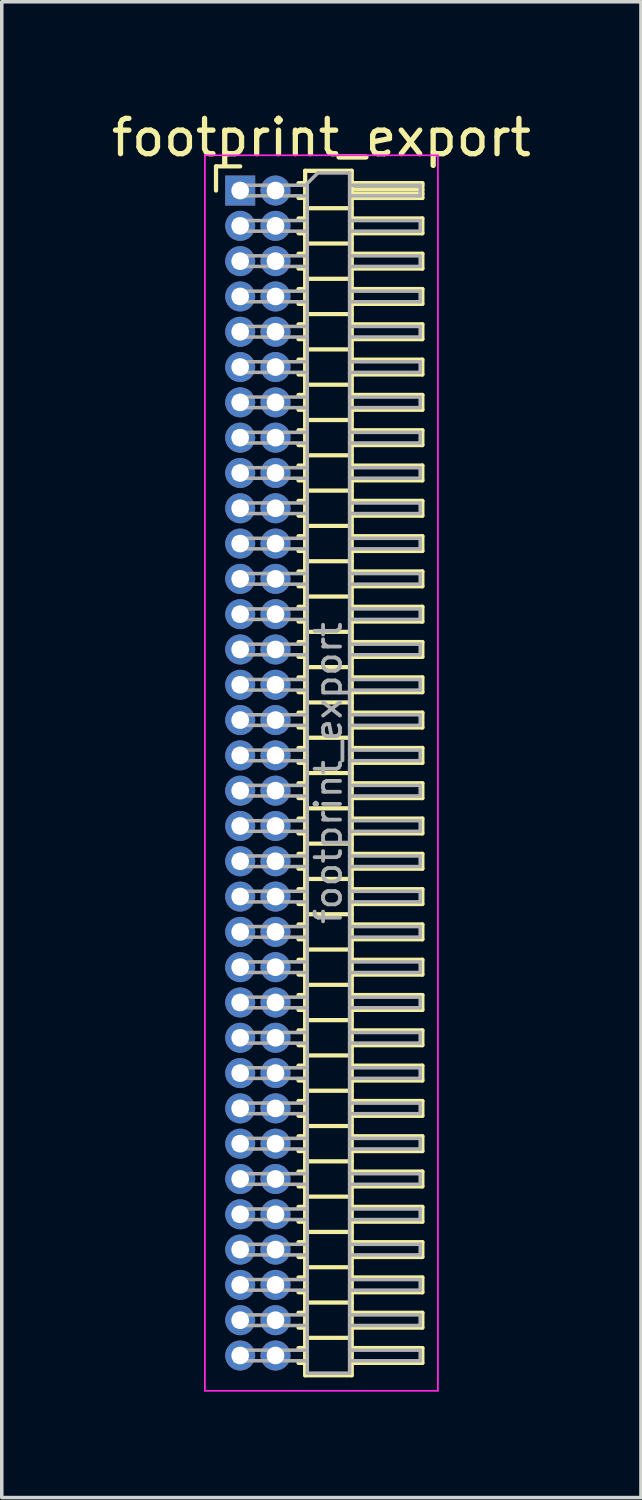
<source format=kicad_pcb>
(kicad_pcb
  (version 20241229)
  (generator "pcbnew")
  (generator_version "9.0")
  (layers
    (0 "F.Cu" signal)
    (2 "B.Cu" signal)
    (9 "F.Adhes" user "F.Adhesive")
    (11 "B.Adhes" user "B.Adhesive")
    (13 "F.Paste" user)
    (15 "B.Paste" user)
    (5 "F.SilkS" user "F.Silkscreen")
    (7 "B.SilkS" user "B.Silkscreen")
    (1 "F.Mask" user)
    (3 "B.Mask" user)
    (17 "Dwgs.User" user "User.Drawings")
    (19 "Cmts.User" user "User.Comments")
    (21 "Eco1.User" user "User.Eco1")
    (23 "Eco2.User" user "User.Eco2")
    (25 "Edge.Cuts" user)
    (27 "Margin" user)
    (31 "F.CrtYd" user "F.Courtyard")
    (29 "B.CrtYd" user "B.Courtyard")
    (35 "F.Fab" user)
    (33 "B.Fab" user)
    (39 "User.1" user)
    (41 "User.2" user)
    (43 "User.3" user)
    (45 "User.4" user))
  (footprint "footprint_export"
    (layer "F.Cu")
    (at 3.754 2.348)
    (property "Reference" "footprint_export" (at 2.3 -1.5 0) (layer "F.SilkS") (effects (font (size 1 1) (thickness 0.15))))
    (attr through_hole)
    (fp_line (start -0.685 -0.685) (end 0 -0.685) (stroke (width 0.12) (type solid)) (layer "F.SilkS"))
    (fp_line (start -0.685 0) (end -0.685 -0.685) (stroke (width 0.12) (type solid)) (layer "F.SilkS"))
    (fp_line (start 1.652 -0.21) (end 1.84 -0.21) (stroke (width 0.12) (type solid)) (layer "F.SilkS"))
    (fp_line (start 1.652 0.21) (end 1.84 0.21) (stroke (width 0.12) (type solid)) (layer "F.SilkS"))
    (fp_line (start 1.652 0.79) (end 1.84 0.79) (stroke (width 0.12) (type solid)) (layer "F.SilkS"))
    (fp_line (start 1.652 1.21) (end 1.84 1.21) (stroke (width 0.12) (type solid)) (layer "F.SilkS"))
    (fp_line (start 1.652 1.79) (end 1.84 1.79) (stroke (width 0.12) (type solid)) (layer "F.SilkS"))
    (fp_line (start 1.652 2.21) (end 1.84 2.21) (stroke (width 0.12) (type solid)) (layer "F.SilkS"))
    (fp_line (start 1.652 2.79) (end 1.84 2.79) (stroke (width 0.12) (type solid)) (layer "F.SilkS"))
    (fp_line (start 1.652 3.21) (end 1.84 3.21) (stroke (width 0.12) (type solid)) (layer "F.SilkS"))
    (fp_line (start 1.652 3.79) (end 1.84 3.79) (stroke (width 0.12) (type solid)) (layer "F.SilkS"))
    (fp_line (start 1.652 4.21) (end 1.84 4.21) (stroke (width 0.12) (type solid)) (layer "F.SilkS"))
    (fp_line (start 1.652 4.79) (end 1.84 4.79) (stroke (width 0.12) (type solid)) (layer "F.SilkS"))
    (fp_line (start 1.652 5.21) (end 1.84 5.21) (stroke (width 0.12) (type solid)) (layer "F.SilkS"))
    (fp_line (start 1.652 5.79) (end 1.84 5.79) (stroke (width 0.12) (type solid)) (layer "F.SilkS"))
    (fp_line (start 1.652 6.21) (end 1.84 6.21) (stroke (width 0.12) (type solid)) (layer "F.SilkS"))
    (fp_line (start 1.652 6.79) (end 1.84 6.79) (stroke (width 0.12) (type solid)) (layer "F.SilkS"))
    (fp_line (start 1.652 7.21) (end 1.84 7.21) (stroke (width 0.12) (type solid)) (layer "F.SilkS"))
    (fp_line (start 1.652 7.79) (end 1.84 7.79) (stroke (width 0.12) (type solid)) (layer "F.SilkS"))
    (fp_line (start 1.652 8.21) (end 1.84 8.21) (stroke (width 0.12) (type solid)) (layer "F.SilkS"))
    (fp_line (start 1.652 8.79) (end 1.84 8.79) (stroke (width 0.12) (type solid)) (layer "F.SilkS"))
    (fp_line (start 1.652 9.21) (end 1.84 9.21) (stroke (width 0.12) (type solid)) (layer "F.SilkS"))
    (fp_line (start 1.652 9.79) (end 1.84 9.79) (stroke (width 0.12) (type solid)) (layer "F.SilkS"))
    (fp_line (start 1.652 10.21) (end 1.84 10.21) (stroke (width 0.12) (type solid)) (layer "F.SilkS"))
    (fp_line (start 1.652 10.79) (end 1.84 10.79) (stroke (width 0.12) (type solid)) (layer "F.SilkS"))
    (fp_line (start 1.652 11.21) (end 1.84 11.21) (stroke (width 0.12) (type solid)) (layer "F.SilkS"))
    (fp_line (start 1.652 11.79) (end 1.84 11.79) (stroke (width 0.12) (type solid)) (layer "F.SilkS"))
    (fp_line (start 1.652 12.21) (end 1.84 12.21) (stroke (width 0.12) (type solid)) (layer "F.SilkS"))
    (fp_line (start 1.652 12.79) (end 1.84 12.79) (stroke (width 0.12) (type solid)) (layer "F.SilkS"))
    (fp_line (start 1.652 13.21) (end 1.84 13.21) (stroke (width 0.12) (type solid)) (layer "F.SilkS"))
    (fp_line (start 1.652 13.79) (end 1.84 13.79) (stroke (width 0.12) (type solid)) (layer "F.SilkS"))
    (fp_line (start 1.652 14.21) (end 1.84 14.21) (stroke (width 0.12) (type solid)) (layer "F.SilkS"))
    (fp_line (start 1.652 14.79) (end 1.84 14.79) (stroke (width 0.12) (type solid)) (layer "F.SilkS"))
    (fp_line (start 1.652 15.21) (end 1.84 15.21) (stroke (width 0.12) (type solid)) (layer "F.SilkS"))
    (fp_line (start 1.652 15.79) (end 1.84 15.79) (stroke (width 0.12) (type solid)) (layer "F.SilkS"))
    (fp_line (start 1.652 16.21) (end 1.84 16.21) (stroke (width 0.12) (type solid)) (layer "F.SilkS"))
    (fp_line (start 1.652 16.79) (end 1.84 16.79) (stroke (width 0.12) (type solid)) (layer "F.SilkS"))
    (fp_line (start 1.652 17.21) (end 1.84 17.21) (stroke (width 0.12) (type solid)) (layer "F.SilkS"))
    (fp_line (start 1.652 17.79) (end 1.84 17.79) (stroke (width 0.12) (type solid)) (layer "F.SilkS"))
    (fp_line (start 1.652 18.21) (end 1.84 18.21) (stroke (width 0.12) (type solid)) (layer "F.SilkS"))
    (fp_line (start 1.652 18.79) (end 1.84 18.79) (stroke (width 0.12) (type solid)) (layer "F.SilkS"))
    (fp_line (start 1.652 19.21) (end 1.84 19.21) (stroke (width 0.12) (type solid)) (layer "F.SilkS"))
    (fp_line (start 1.652 19.79) (end 1.84 19.79) (stroke (width 0.12) (type solid)) (layer "F.SilkS"))
    (fp_line (start 1.652 20.21) (end 1.84 20.21) (stroke (width 0.12) (type solid)) (layer "F.SilkS"))
    (fp_line (start 1.652 20.79) (end 1.84 20.79) (stroke (width 0.12) (type solid)) (layer "F.SilkS"))
    (fp_line (start 1.652 21.21) (end 1.84 21.21) (stroke (width 0.12) (type solid)) (layer "F.SilkS"))
    (fp_line (start 1.652 21.79) (end 1.84 21.79) (stroke (width 0.12) (type solid)) (layer "F.SilkS"))
    (fp_line (start 1.652 22.21) (end 1.84 22.21) (stroke (width 0.12) (type solid)) (layer "F.SilkS"))
    (fp_line (start 1.652 22.79) (end 1.84 22.79) (stroke (width 0.12) (type solid)) (layer "F.SilkS"))
    (fp_line (start 1.652 23.21) (end 1.84 23.21) (stroke (width 0.12) (type solid)) (layer "F.SilkS"))
    (fp_line (start 1.652 23.79) (end 1.84 23.79) (stroke (width 0.12) (type solid)) (layer "F.SilkS"))
    (fp_line (start 1.652 24.21) (end 1.84 24.21) (stroke (width 0.12) (type solid)) (layer "F.SilkS"))
    (fp_line (start 1.652 24.79) (end 1.84 24.79) (stroke (width 0.12) (type solid)) (layer "F.SilkS"))
    (fp_line (start 1.652 25.21) (end 1.84 25.21) (stroke (width 0.12) (type solid)) (layer "F.SilkS"))
    (fp_line (start 1.652 25.79) (end 1.84 25.79) (stroke (width 0.12) (type solid)) (layer "F.SilkS"))
    (fp_line (start 1.652 26.21) (end 1.84 26.21) (stroke (width 0.12) (type solid)) (layer "F.SilkS"))
    (fp_line (start 1.652 26.79) (end 1.84 26.79) (stroke (width 0.12) (type solid)) (layer "F.SilkS"))
    (fp_line (start 1.652 27.21) (end 1.84 27.21) (stroke (width 0.12) (type solid)) (layer "F.SilkS"))
    (fp_line (start 1.652 27.79) (end 1.84 27.79) (stroke (width 0.12) (type solid)) (layer "F.SilkS"))
    (fp_line (start 1.652 28.21) (end 1.84 28.21) (stroke (width 0.12) (type solid)) (layer "F.SilkS"))
    (fp_line (start 1.652 28.79) (end 1.84 28.79) (stroke (width 0.12) (type solid)) (layer "F.SilkS"))
    (fp_line (start 1.652 29.21) (end 1.84 29.21) (stroke (width 0.12) (type solid)) (layer "F.SilkS"))
    (fp_line (start 1.652 29.79) (end 1.84 29.79) (stroke (width 0.12) (type solid)) (layer "F.SilkS"))
    (fp_line (start 1.652 30.21) (end 1.84 30.21) (stroke (width 0.12) (type solid)) (layer "F.SilkS"))
    (fp_line (start 1.652 30.79) (end 1.84 30.79) (stroke (width 0.12) (type solid)) (layer "F.SilkS"))
    (fp_line (start 1.652 31.21) (end 1.84 31.21) (stroke (width 0.12) (type solid)) (layer "F.SilkS"))
    (fp_line (start 1.652 31.79) (end 1.84 31.79) (stroke (width 0.12) (type solid)) (layer "F.SilkS"))
    (fp_line (start 1.652 32.21) (end 1.84 32.21) (stroke (width 0.12) (type solid)) (layer "F.SilkS"))
    (fp_line (start 1.652 32.79) (end 1.84 32.79) (stroke (width 0.12) (type solid)) (layer "F.SilkS"))
    (fp_line (start 1.652 33.21) (end 1.84 33.21) (stroke (width 0.12) (type solid)) (layer "F.SilkS"))
    (fp_line (start 1.84 -0.56) (end 1.84 33.56) (stroke (width 0.12) (type solid)) (layer "F.SilkS"))
    (fp_line (start 1.84 0.5) (end 3.16 0.5) (stroke (width 0.12) (type solid)) (layer "F.SilkS"))
    (fp_line (start 1.84 1.5) (end 3.16 1.5) (stroke (width 0.12) (type solid)) (layer "F.SilkS"))
    (fp_line (start 1.84 2.5) (end 3.16 2.5) (stroke (width 0.12) (type solid)) (layer "F.SilkS"))
    (fp_line (start 1.84 3.5) (end 3.16 3.5) (stroke (width 0.12) (type solid)) (layer "F.SilkS"))
    (fp_line (start 1.84 4.5) (end 3.16 4.5) (stroke (width 0.12) (type solid)) (layer "F.SilkS"))
    (fp_line (start 1.84 5.5) (end 3.16 5.5) (stroke (width 0.12) (type solid)) (layer "F.SilkS"))
    (fp_line (start 1.84 6.5) (end 3.16 6.5) (stroke (width 0.12) (type solid)) (layer "F.SilkS"))
    (fp_line (start 1.84 7.5) (end 3.16 7.5) (stroke (width 0.12) (type solid)) (layer "F.SilkS"))
    (fp_line (start 1.84 8.5) (end 3.16 8.5) (stroke (width 0.12) (type solid)) (layer "F.SilkS"))
    (fp_line (start 1.84 9.5) (end 3.16 9.5) (stroke (width 0.12) (type solid)) (layer "F.SilkS"))
    (fp_line (start 1.84 10.5) (end 3.16 10.5) (stroke (width 0.12) (type solid)) (layer "F.SilkS"))
    (fp_line (start 1.84 11.5) (end 3.16 11.5) (stroke (width 0.12) (type solid)) (layer "F.SilkS"))
    (fp_line (start 1.84 12.5) (end 3.16 12.5) (stroke (width 0.12) (type solid)) (layer "F.SilkS"))
    (fp_line (start 1.84 13.5) (end 3.16 13.5) (stroke (width 0.12) (type solid)) (layer "F.SilkS"))
    (fp_line (start 1.84 14.5) (end 3.16 14.5) (stroke (width 0.12) (type solid)) (layer "F.SilkS"))
    (fp_line (start 1.84 15.5) (end 3.16 15.5) (stroke (width 0.12) (type solid)) (layer "F.SilkS"))
    (fp_line (start 1.84 16.5) (end 3.16 16.5) (stroke (width 0.12) (type solid)) (layer "F.SilkS"))
    (fp_line (start 1.84 17.5) (end 3.16 17.5) (stroke (width 0.12) (type solid)) (layer "F.SilkS"))
    (fp_line (start 1.84 18.5) (end 3.16 18.5) (stroke (width 0.12) (type solid)) (layer "F.SilkS"))
    (fp_line (start 1.84 19.5) (end 3.16 19.5) (stroke (width 0.12) (type solid)) (layer "F.SilkS"))
    (fp_line (start 1.84 20.5) (end 3.16 20.5) (stroke (width 0.12) (type solid)) (layer "F.SilkS"))
    (fp_line (start 1.84 21.5) (end 3.16 21.5) (stroke (width 0.12) (type solid)) (layer "F.SilkS"))
    (fp_line (start 1.84 22.5) (end 3.16 22.5) (stroke (width 0.12) (type solid)) (layer "F.SilkS"))
    (fp_line (start 1.84 23.5) (end 3.16 23.5) (stroke (width 0.12) (type solid)) (layer "F.SilkS"))
    (fp_line (start 1.84 24.5) (end 3.16 24.5) (stroke (width 0.12) (type solid)) (layer "F.SilkS"))
    (fp_line (start 1.84 25.5) (end 3.16 25.5) (stroke (width 0.12) (type solid)) (layer "F.SilkS"))
    (fp_line (start 1.84 26.5) (end 3.16 26.5) (stroke (width 0.12) (type solid)) (layer "F.SilkS"))
    (fp_line (start 1.84 27.5) (end 3.16 27.5) (stroke (width 0.12) (type solid)) (layer "F.SilkS"))
    (fp_line (start 1.84 28.5) (end 3.16 28.5) (stroke (width 0.12) (type solid)) (layer "F.SilkS"))
    (fp_line (start 1.84 29.5) (end 3.16 29.5) (stroke (width 0.12) (type solid)) (layer "F.SilkS"))
    (fp_line (start 1.84 30.5) (end 3.16 30.5) (stroke (width 0.12) (type solid)) (layer "F.SilkS"))
    (fp_line (start 1.84 31.5) (end 3.16 31.5) (stroke (width 0.12) (type solid)) (layer "F.SilkS"))
    (fp_line (start 1.84 32.5) (end 3.16 32.5) (stroke (width 0.12) (type solid)) (layer "F.SilkS"))
    (fp_line (start 1.84 33.56) (end 3.16 33.56) (stroke (width 0.12) (type solid)) (layer "F.SilkS"))
    (fp_line (start 3.16 -0.56) (end 1.84 -0.56) (stroke (width 0.12) (type solid)) (layer "F.SilkS"))
    (fp_line (start 3.16 -0.21) (end 5.16 -0.21) (stroke (width 0.12) (type solid)) (layer "F.SilkS"))
    (fp_line (start 3.16 -0.15) (end 5.16 -0.15) (stroke (width 0.12) (type solid)) (layer "F.SilkS"))
    (fp_line (start 3.16 -0.03) (end 5.16 -0.03) (stroke (width 0.12) (type solid)) (layer "F.SilkS"))
    (fp_line (start 3.16 0.09) (end 5.16 0.09) (stroke (width 0.12) (type solid)) (layer "F.SilkS"))
    (fp_line (start 3.16 0.79) (end 5.16 0.79) (stroke (width 0.12) (type solid)) (layer "F.SilkS"))
    (fp_line (start 3.16 1.79) (end 5.16 1.79) (stroke (width 0.12) (type solid)) (layer "F.SilkS"))
    (fp_line (start 3.16 2.79) (end 5.16 2.79) (stroke (width 0.12) (type solid)) (layer "F.SilkS"))
    (fp_line (start 3.16 3.79) (end 5.16 3.79) (stroke (width 0.12) (type solid)) (layer "F.SilkS"))
    (fp_line (start 3.16 4.79) (end 5.16 4.79) (stroke (width 0.12) (type solid)) (layer "F.SilkS"))
    (fp_line (start 3.16 5.79) (end 5.16 5.79) (stroke (width 0.12) (type solid)) (layer "F.SilkS"))
    (fp_line (start 3.16 6.79) (end 5.16 6.79) (stroke (width 0.12) (type solid)) (layer "F.SilkS"))
    (fp_line (start 3.16 7.79) (end 5.16 7.79) (stroke (width 0.12) (type solid)) (layer "F.SilkS"))
    (fp_line (start 3.16 8.79) (end 5.16 8.79) (stroke (width 0.12) (type solid)) (layer "F.SilkS"))
    (fp_line (start 3.16 9.79) (end 5.16 9.79) (stroke (width 0.12) (type solid)) (layer "F.SilkS"))
    (fp_line (start 3.16 10.79) (end 5.16 10.79) (stroke (width 0.12) (type solid)) (layer "F.SilkS"))
    (fp_line (start 3.16 11.79) (end 5.16 11.79) (stroke (width 0.12) (type solid)) (layer "F.SilkS"))
    (fp_line (start 3.16 12.79) (end 5.16 12.79) (stroke (width 0.12) (type solid)) (layer "F.SilkS"))
    (fp_line (start 3.16 13.79) (end 5.16 13.79) (stroke (width 0.12) (type solid)) (layer "F.SilkS"))
    (fp_line (start 3.16 14.79) (end 5.16 14.79) (stroke (width 0.12) (type solid)) (layer "F.SilkS"))
    (fp_line (start 3.16 15.79) (end 5.16 15.79) (stroke (width 0.12) (type solid)) (layer "F.SilkS"))
    (fp_line (start 3.16 16.79) (end 5.16 16.79) (stroke (width 0.12) (type solid)) (layer "F.SilkS"))
    (fp_line (start 3.16 17.79) (end 5.16 17.79) (stroke (width 0.12) (type solid)) (layer "F.SilkS"))
    (fp_line (start 3.16 18.79) (end 5.16 18.79) (stroke (width 0.12) (type solid)) (layer "F.SilkS"))
    (fp_line (start 3.16 19.79) (end 5.16 19.79) (stroke (width 0.12) (type solid)) (layer "F.SilkS"))
    (fp_line (start 3.16 20.79) (end 5.16 20.79) (stroke (width 0.12) (type solid)) (layer "F.SilkS"))
    (fp_line (start 3.16 21.79) (end 5.16 21.79) (stroke (width 0.12) (type solid)) (layer "F.SilkS"))
    (fp_line (start 3.16 22.79) (end 5.16 22.79) (stroke (width 0.12) (type solid)) (layer "F.SilkS"))
    (fp_line (start 3.16 23.79) (end 5.16 23.79) (stroke (width 0.12) (type solid)) (layer "F.SilkS"))
    (fp_line (start 3.16 24.79) (end 5.16 24.79) (stroke (width 0.12) (type solid)) (layer "F.SilkS"))
    (fp_line (start 3.16 25.79) (end 5.16 25.79) (stroke (width 0.12) (type solid)) (layer "F.SilkS"))
    (fp_line (start 3.16 26.79) (end 5.16 26.79) (stroke (width 0.12) (type solid)) (layer "F.SilkS"))
    (fp_line (start 3.16 27.79) (end 5.16 27.79) (stroke (width 0.12) (type solid)) (layer "F.SilkS"))
    (fp_line (start 3.16 28.79) (end 5.16 28.79) (stroke (width 0.12) (type solid)) (layer "F.SilkS"))
    (fp_line (start 3.16 29.79) (end 5.16 29.79) (stroke (width 0.12) (type solid)) (layer "F.SilkS"))
    (fp_line (start 3.16 30.79) (end 5.16 30.79) (stroke (width 0.12) (type solid)) (layer "F.SilkS"))
    (fp_line (start 3.16 31.79) (end 5.16 31.79) (stroke (width 0.12) (type solid)) (layer "F.SilkS"))
    (fp_line (start 3.16 32.79) (end 5.16 32.79) (stroke (width 0.12) (type solid)) (layer "F.SilkS"))
    (fp_line (start 3.16 33.56) (end 3.16 -0.56) (stroke (width 0.12) (type solid)) (layer "F.SilkS"))
    (fp_line (start 5.16 -0.21) (end 5.16 0.21) (stroke (width 0.12) (type solid)) (layer "F.SilkS"))
    (fp_line (start 5.16 0.21) (end 3.16 0.21) (stroke (width 0.12) (type solid)) (layer "F.SilkS"))
    (fp_line (start 5.16 0.79) (end 5.16 1.21) (stroke (width 0.12) (type solid)) (layer "F.SilkS"))
    (fp_line (start 5.16 1.21) (end 3.16 1.21) (stroke (width 0.12) (type solid)) (layer "F.SilkS"))
    (fp_line (start 5.16 1.79) (end 5.16 2.21) (stroke (width 0.12) (type solid)) (layer "F.SilkS"))
    (fp_line (start 5.16 2.21) (end 3.16 2.21) (stroke (width 0.12) (type solid)) (layer "F.SilkS"))
    (fp_line (start 5.16 2.79) (end 5.16 3.21) (stroke (width 0.12) (type solid)) (layer "F.SilkS"))
    (fp_line (start 5.16 3.21) (end 3.16 3.21) (stroke (width 0.12) (type solid)) (layer "F.SilkS"))
    (fp_line (start 5.16 3.79) (end 5.16 4.21) (stroke (width 0.12) (type solid)) (layer "F.SilkS"))
    (fp_line (start 5.16 4.21) (end 3.16 4.21) (stroke (width 0.12) (type solid)) (layer "F.SilkS"))
    (fp_line (start 5.16 4.79) (end 5.16 5.21) (stroke (width 0.12) (type solid)) (layer "F.SilkS"))
    (fp_line (start 5.16 5.21) (end 3.16 5.21) (stroke (width 0.12) (type solid)) (layer "F.SilkS"))
    (fp_line (start 5.16 5.79) (end 5.16 6.21) (stroke (width 0.12) (type solid)) (layer "F.SilkS"))
    (fp_line (start 5.16 6.21) (end 3.16 6.21) (stroke (width 0.12) (type solid)) (layer "F.SilkS"))
    (fp_line (start 5.16 6.79) (end 5.16 7.21) (stroke (width 0.12) (type solid)) (layer "F.SilkS"))
    (fp_line (start 5.16 7.21) (end 3.16 7.21) (stroke (width 0.12) (type solid)) (layer "F.SilkS"))
    (fp_line (start 5.16 7.79) (end 5.16 8.21) (stroke (width 0.12) (type solid)) (layer "F.SilkS"))
    (fp_line (start 5.16 8.21) (end 3.16 8.21) (stroke (width 0.12) (type solid)) (layer "F.SilkS"))
    (fp_line (start 5.16 8.79) (end 5.16 9.21) (stroke (width 0.12) (type solid)) (layer "F.SilkS"))
    (fp_line (start 5.16 9.21) (end 3.16 9.21) (stroke (width 0.12) (type solid)) (layer "F.SilkS"))
    (fp_line (start 5.16 9.79) (end 5.16 10.21) (stroke (width 0.12) (type solid)) (layer "F.SilkS"))
    (fp_line (start 5.16 10.21) (end 3.16 10.21) (stroke (width 0.12) (type solid)) (layer "F.SilkS"))
    (fp_line (start 5.16 10.79) (end 5.16 11.21) (stroke (width 0.12) (type solid)) (layer "F.SilkS"))
    (fp_line (start 5.16 11.21) (end 3.16 11.21) (stroke (width 0.12) (type solid)) (layer "F.SilkS"))
    (fp_line (start 5.16 11.79) (end 5.16 12.21) (stroke (width 0.12) (type solid)) (layer "F.SilkS"))
    (fp_line (start 5.16 12.21) (end 3.16 12.21) (stroke (width 0.12) (type solid)) (layer "F.SilkS"))
    (fp_line (start 5.16 12.79) (end 5.16 13.21) (stroke (width 0.12) (type solid)) (layer "F.SilkS"))
    (fp_line (start 5.16 13.21) (end 3.16 13.21) (stroke (width 0.12) (type solid)) (layer "F.SilkS"))
    (fp_line (start 5.16 13.79) (end 5.16 14.21) (stroke (width 0.12) (type solid)) (layer "F.SilkS"))
    (fp_line (start 5.16 14.21) (end 3.16 14.21) (stroke (width 0.12) (type solid)) (layer "F.SilkS"))
    (fp_line (start 5.16 14.79) (end 5.16 15.21) (stroke (width 0.12) (type solid)) (layer "F.SilkS"))
    (fp_line (start 5.16 15.21) (end 3.16 15.21) (stroke (width 0.12) (type solid)) (layer "F.SilkS"))
    (fp_line (start 5.16 15.79) (end 5.16 16.21) (stroke (width 0.12) (type solid)) (layer "F.SilkS"))
    (fp_line (start 5.16 16.21) (end 3.16 16.21) (stroke (width 0.12) (type solid)) (layer "F.SilkS"))
    (fp_line (start 5.16 16.79) (end 5.16 17.21) (stroke (width 0.12) (type solid)) (layer "F.SilkS"))
    (fp_line (start 5.16 17.21) (end 3.16 17.21) (stroke (width 0.12) (type solid)) (layer "F.SilkS"))
    (fp_line (start 5.16 17.79) (end 5.16 18.21) (stroke (width 0.12) (type solid)) (layer "F.SilkS"))
    (fp_line (start 5.16 18.21) (end 3.16 18.21) (stroke (width 0.12) (type solid)) (layer "F.SilkS"))
    (fp_line (start 5.16 18.79) (end 5.16 19.21) (stroke (width 0.12) (type solid)) (layer "F.SilkS"))
    (fp_line (start 5.16 19.21) (end 3.16 19.21) (stroke (width 0.12) (type solid)) (layer "F.SilkS"))
    (fp_line (start 5.16 19.79) (end 5.16 20.21) (stroke (width 0.12) (type solid)) (layer "F.SilkS"))
    (fp_line (start 5.16 20.21) (end 3.16 20.21) (stroke (width 0.12) (type solid)) (layer "F.SilkS"))
    (fp_line (start 5.16 20.79) (end 5.16 21.21) (stroke (width 0.12) (type solid)) (layer "F.SilkS"))
    (fp_line (start 5.16 21.21) (end 3.16 21.21) (stroke (width 0.12) (type solid)) (layer "F.SilkS"))
    (fp_line (start 5.16 21.79) (end 5.16 22.21) (stroke (width 0.12) (type solid)) (layer "F.SilkS"))
    (fp_line (start 5.16 22.21) (end 3.16 22.21) (stroke (width 0.12) (type solid)) (layer "F.SilkS"))
    (fp_line (start 5.16 22.79) (end 5.16 23.21) (stroke (width 0.12) (type solid)) (layer "F.SilkS"))
    (fp_line (start 5.16 23.21) (end 3.16 23.21) (stroke (width 0.12) (type solid)) (layer "F.SilkS"))
    (fp_line (start 5.16 23.79) (end 5.16 24.21) (stroke (width 0.12) (type solid)) (layer "F.SilkS"))
    (fp_line (start 5.16 24.21) (end 3.16 24.21) (stroke (width 0.12) (type solid)) (layer "F.SilkS"))
    (fp_line (start 5.16 24.79) (end 5.16 25.21) (stroke (width 0.12) (type solid)) (layer "F.SilkS"))
    (fp_line (start 5.16 25.21) (end 3.16 25.21) (stroke (width 0.12) (type solid)) (layer "F.SilkS"))
    (fp_line (start 5.16 25.79) (end 5.16 26.21) (stroke (width 0.12) (type solid)) (layer "F.SilkS"))
    (fp_line (start 5.16 26.21) (end 3.16 26.21) (stroke (width 0.12) (type solid)) (layer "F.SilkS"))
    (fp_line (start 5.16 26.79) (end 5.16 27.21) (stroke (width 0.12) (type solid)) (layer "F.SilkS"))
    (fp_line (start 5.16 27.21) (end 3.16 27.21) (stroke (width 0.12) (type solid)) (layer "F.SilkS"))
    (fp_line (start 5.16 27.79) (end 5.16 28.21) (stroke (width 0.12) (type solid)) (layer "F.SilkS"))
    (fp_line (start 5.16 28.21) (end 3.16 28.21) (stroke (width 0.12) (type solid)) (layer "F.SilkS"))
    (fp_line (start 5.16 28.79) (end 5.16 29.21) (stroke (width 0.12) (type solid)) (layer "F.SilkS"))
    (fp_line (start 5.16 29.21) (end 3.16 29.21) (stroke (width 0.12) (type solid)) (layer "F.SilkS"))
    (fp_line (start 5.16 29.79) (end 5.16 30.21) (stroke (width 0.12) (type solid)) (layer "F.SilkS"))
    (fp_line (start 5.16 30.21) (end 3.16 30.21) (stroke (width 0.12) (type solid)) (layer "F.SilkS"))
    (fp_line (start 5.16 30.79) (end 5.16 31.21) (stroke (width 0.12) (type solid)) (layer "F.SilkS"))
    (fp_line (start 5.16 31.21) (end 3.16 31.21) (stroke (width 0.12) (type solid)) (layer "F.SilkS"))
    (fp_line (start 5.16 31.79) (end 5.16 32.21) (stroke (width 0.12) (type solid)) (layer "F.SilkS"))
    (fp_line (start 5.16 32.21) (end 3.16 32.21) (stroke (width 0.12) (type solid)) (layer "F.SilkS"))
    (fp_line (start 5.16 32.79) (end 5.16 33.21) (stroke (width 0.12) (type solid)) (layer "F.SilkS"))
    (fp_line (start 5.16 33.21) (end 3.16 33.21) (stroke (width 0.12) (type solid)) (layer "F.SilkS"))
    (fp_line (start -1 -1) (end -1 34) (stroke (width 0.05) (type solid)) (layer "F.CrtYd"))
    (fp_line (start -1 34) (end 5.6 34) (stroke (width 0.05) (type solid)) (layer "F.CrtYd"))
    (fp_line (start 5.6 -1) (end -1 -1) (stroke (width 0.05) (type solid)) (layer "F.CrtYd"))
    (fp_line (start 5.6 34) (end 5.6 -1) (stroke (width 0.05) (type solid)) (layer "F.CrtYd"))
    (fp_line (start -0.15 -0.15) (end -0.15 0.15) (stroke (width 0.1) (type solid)) (layer "F.Fab"))
    (fp_line (start -0.15 -0.15) (end 1.9 -0.15) (stroke (width 0.1) (type solid)) (layer "F.Fab"))
    (fp_line (start -0.15 0.15) (end 1.9 0.15) (stroke (width 0.1) (type solid)) (layer "F.Fab"))
    (fp_line (start -0.15 0.85) (end -0.15 1.15) (stroke (width 0.1) (type solid)) (layer "F.Fab"))
    (fp_line (start -0.15 0.85) (end 1.9 0.85) (stroke (width 0.1) (type solid)) (layer "F.Fab"))
    (fp_line (start -0.15 1.15) (end 1.9 1.15) (stroke (width 0.1) (type solid)) (layer "F.Fab"))
    (fp_line (start -0.15 1.85) (end -0.15 2.15) (stroke (width 0.1) (type solid)) (layer "F.Fab"))
    (fp_line (start -0.15 1.85) (end 1.9 1.85) (stroke (width 0.1) (type solid)) (layer "F.Fab"))
    (fp_line (start -0.15 2.15) (end 1.9 2.15) (stroke (width 0.1) (type solid)) (layer "F.Fab"))
    (fp_line (start -0.15 2.85) (end -0.15 3.15) (stroke (width 0.1) (type solid)) (layer "F.Fab"))
    (fp_line (start -0.15 2.85) (end 1.9 2.85) (stroke (width 0.1) (type solid)) (layer "F.Fab"))
    (fp_line (start -0.15 3.15) (end 1.9 3.15) (stroke (width 0.1) (type solid)) (layer "F.Fab"))
    (fp_line (start -0.15 3.85) (end -0.15 4.15) (stroke (width 0.1) (type solid)) (layer "F.Fab"))
    (fp_line (start -0.15 3.85) (end 1.9 3.85) (stroke (width 0.1) (type solid)) (layer "F.Fab"))
    (fp_line (start -0.15 4.15) (end 1.9 4.15) (stroke (width 0.1) (type solid)) (layer "F.Fab"))
    (fp_line (start -0.15 4.85) (end -0.15 5.15) (stroke (width 0.1) (type solid)) (layer "F.Fab"))
    (fp_line (start -0.15 4.85) (end 1.9 4.85) (stroke (width 0.1) (type solid)) (layer "F.Fab"))
    (fp_line (start -0.15 5.15) (end 1.9 5.15) (stroke (width 0.1) (type solid)) (layer "F.Fab"))
    (fp_line (start -0.15 5.85) (end -0.15 6.15) (stroke (width 0.1) (type solid)) (layer "F.Fab"))
    (fp_line (start -0.15 5.85) (end 1.9 5.85) (stroke (width 0.1) (type solid)) (layer "F.Fab"))
    (fp_line (start -0.15 6.15) (end 1.9 6.15) (stroke (width 0.1) (type solid)) (layer "F.Fab"))
    (fp_line (start -0.15 6.85) (end -0.15 7.15) (stroke (width 0.1) (type solid)) (layer "F.Fab"))
    (fp_line (start -0.15 6.85) (end 1.9 6.85) (stroke (width 0.1) (type solid)) (layer "F.Fab"))
    (fp_line (start -0.15 7.15) (end 1.9 7.15) (stroke (width 0.1) (type solid)) (layer "F.Fab"))
    (fp_line (start -0.15 7.85) (end -0.15 8.15) (stroke (width 0.1) (type solid)) (layer "F.Fab"))
    (fp_line (start -0.15 7.85) (end 1.9 7.85) (stroke (width 0.1) (type solid)) (layer "F.Fab"))
    (fp_line (start -0.15 8.15) (end 1.9 8.15) (stroke (width 0.1) (type solid)) (layer "F.Fab"))
    (fp_line (start -0.15 8.85) (end -0.15 9.15) (stroke (width 0.1) (type solid)) (layer "F.Fab"))
    (fp_line (start -0.15 8.85) (end 1.9 8.85) (stroke (width 0.1) (type solid)) (layer "F.Fab"))
    (fp_line (start -0.15 9.15) (end 1.9 9.15) (stroke (width 0.1) (type solid)) (layer "F.Fab"))
    (fp_line (start -0.15 9.85) (end -0.15 10.15) (stroke (width 0.1) (type solid)) (layer "F.Fab"))
    (fp_line (start -0.15 9.85) (end 1.9 9.85) (stroke (width 0.1) (type solid)) (layer "F.Fab"))
    (fp_line (start -0.15 10.15) (end 1.9 10.15) (stroke (width 0.1) (type solid)) (layer "F.Fab"))
    (fp_line (start -0.15 10.85) (end -0.15 11.15) (stroke (width 0.1) (type solid)) (layer "F.Fab"))
    (fp_line (start -0.15 10.85) (end 1.9 10.85) (stroke (width 0.1) (type solid)) (layer "F.Fab"))
    (fp_line (start -0.15 11.15) (end 1.9 11.15) (stroke (width 0.1) (type solid)) (layer "F.Fab"))
    (fp_line (start -0.15 11.85) (end -0.15 12.15) (stroke (width 0.1) (type solid)) (layer "F.Fab"))
    (fp_line (start -0.15 11.85) (end 1.9 11.85) (stroke (width 0.1) (type solid)) (layer "F.Fab"))
    (fp_line (start -0.15 12.15) (end 1.9 12.15) (stroke (width 0.1) (type solid)) (layer "F.Fab"))
    (fp_line (start -0.15 12.85) (end -0.15 13.15) (stroke (width 0.1) (type solid)) (layer "F.Fab"))
    (fp_line (start -0.15 12.85) (end 1.9 12.85) (stroke (width 0.1) (type solid)) (layer "F.Fab"))
    (fp_line (start -0.15 13.15) (end 1.9 13.15) (stroke (width 0.1) (type solid)) (layer "F.Fab"))
    (fp_line (start -0.15 13.85) (end -0.15 14.15) (stroke (width 0.1) (type solid)) (layer "F.Fab"))
    (fp_line (start -0.15 13.85) (end 1.9 13.85) (stroke (width 0.1) (type solid)) (layer "F.Fab"))
    (fp_line (start -0.15 14.15) (end 1.9 14.15) (stroke (width 0.1) (type solid)) (layer "F.Fab"))
    (fp_line (start -0.15 14.85) (end -0.15 15.15) (stroke (width 0.1) (type solid)) (layer "F.Fab"))
    (fp_line (start -0.15 14.85) (end 1.9 14.85) (stroke (width 0.1) (type solid)) (layer "F.Fab"))
    (fp_line (start -0.15 15.15) (end 1.9 15.15) (stroke (width 0.1) (type solid)) (layer "F.Fab"))
    (fp_line (start -0.15 15.85) (end -0.15 16.15) (stroke (width 0.1) (type solid)) (layer "F.Fab"))
    (fp_line (start -0.15 15.85) (end 1.9 15.85) (stroke (width 0.1) (type solid)) (layer "F.Fab"))
    (fp_line (start -0.15 16.15) (end 1.9 16.15) (stroke (width 0.1) (type solid)) (layer "F.Fab"))
    (fp_line (start -0.15 16.85) (end -0.15 17.15) (stroke (width 0.1) (type solid)) (layer "F.Fab"))
    (fp_line (start -0.15 16.85) (end 1.9 16.85) (stroke (width 0.1) (type solid)) (layer "F.Fab"))
    (fp_line (start -0.15 17.15) (end 1.9 17.15) (stroke (width 0.1) (type solid)) (layer "F.Fab"))
    (fp_line (start -0.15 17.85) (end -0.15 18.15) (stroke (width 0.1) (type solid)) (layer "F.Fab"))
    (fp_line (start -0.15 17.85) (end 1.9 17.85) (stroke (width 0.1) (type solid)) (layer "F.Fab"))
    (fp_line (start -0.15 18.15) (end 1.9 18.15) (stroke (width 0.1) (type solid)) (layer "F.Fab"))
    (fp_line (start -0.15 18.85) (end -0.15 19.15) (stroke (width 0.1) (type solid)) (layer "F.Fab"))
    (fp_line (start -0.15 18.85) (end 1.9 18.85) (stroke (width 0.1) (type solid)) (layer "F.Fab"))
    (fp_line (start -0.15 19.15) (end 1.9 19.15) (stroke (width 0.1) (type solid)) (layer "F.Fab"))
    (fp_line (start -0.15 19.85) (end -0.15 20.15) (stroke (width 0.1) (type solid)) (layer "F.Fab"))
    (fp_line (start -0.15 19.85) (end 1.9 19.85) (stroke (width 0.1) (type solid)) (layer "F.Fab"))
    (fp_line (start -0.15 20.15) (end 1.9 20.15) (stroke (width 0.1) (type solid)) (layer "F.Fab"))
    (fp_line (start -0.15 20.85) (end -0.15 21.15) (stroke (width 0.1) (type solid)) (layer "F.Fab"))
    (fp_line (start -0.15 20.85) (end 1.9 20.85) (stroke (width 0.1) (type solid)) (layer "F.Fab"))
    (fp_line (start -0.15 21.15) (end 1.9 21.15) (stroke (width 0.1) (type solid)) (layer "F.Fab"))
    (fp_line (start -0.15 21.85) (end -0.15 22.15) (stroke (width 0.1) (type solid)) (layer "F.Fab"))
    (fp_line (start -0.15 21.85) (end 1.9 21.85) (stroke (width 0.1) (type solid)) (layer "F.Fab"))
    (fp_line (start -0.15 22.15) (end 1.9 22.15) (stroke (width 0.1) (type solid)) (layer "F.Fab"))
    (fp_line (start -0.15 22.85) (end -0.15 23.15) (stroke (width 0.1) (type solid)) (layer "F.Fab"))
    (fp_line (start -0.15 22.85) (end 1.9 22.85) (stroke (width 0.1) (type solid)) (layer "F.Fab"))
    (fp_line (start -0.15 23.15) (end 1.9 23.15) (stroke (width 0.1) (type solid)) (layer "F.Fab"))
    (fp_line (start -0.15 23.85) (end -0.15 24.15) (stroke (width 0.1) (type solid)) (layer "F.Fab"))
    (fp_line (start -0.15 23.85) (end 1.9 23.85) (stroke (width 0.1) (type solid)) (layer "F.Fab"))
    (fp_line (start -0.15 24.15) (end 1.9 24.15) (stroke (width 0.1) (type solid)) (layer "F.Fab"))
    (fp_line (start -0.15 24.85) (end -0.15 25.15) (stroke (width 0.1) (type solid)) (layer "F.Fab"))
    (fp_line (start -0.15 24.85) (end 1.9 24.85) (stroke (width 0.1) (type solid)) (layer "F.Fab"))
    (fp_line (start -0.15 25.15) (end 1.9 25.15) (stroke (width 0.1) (type solid)) (layer "F.Fab"))
    (fp_line (start -0.15 25.85) (end -0.15 26.15) (stroke (width 0.1) (type solid)) (layer "F.Fab"))
    (fp_line (start -0.15 25.85) (end 1.9 25.85) (stroke (width 0.1) (type solid)) (layer "F.Fab"))
    (fp_line (start -0.15 26.15) (end 1.9 26.15) (stroke (width 0.1) (type solid)) (layer "F.Fab"))
    (fp_line (start -0.15 26.85) (end -0.15 27.15) (stroke (width 0.1) (type solid)) (layer "F.Fab"))
    (fp_line (start -0.15 26.85) (end 1.9 26.85) (stroke (width 0.1) (type solid)) (layer "F.Fab"))
    (fp_line (start -0.15 27.15) (end 1.9 27.15) (stroke (width 0.1) (type solid)) (layer "F.Fab"))
    (fp_line (start -0.15 27.85) (end -0.15 28.15) (stroke (width 0.1) (type solid)) (layer "F.Fab"))
    (fp_line (start -0.15 27.85) (end 1.9 27.85) (stroke (width 0.1) (type solid)) (layer "F.Fab"))
    (fp_line (start -0.15 28.15) (end 1.9 28.15) (stroke (width 0.1) (type solid)) (layer "F.Fab"))
    (fp_line (start -0.15 28.85) (end -0.15 29.15) (stroke (width 0.1) (type solid)) (layer "F.Fab"))
    (fp_line (start -0.15 28.85) (end 1.9 28.85) (stroke (width 0.1) (type solid)) (layer "F.Fab"))
    (fp_line (start -0.15 29.15) (end 1.9 29.15) (stroke (width 0.1) (type solid)) (layer "F.Fab"))
    (fp_line (start -0.15 29.85) (end -0.15 30.15) (stroke (width 0.1) (type solid)) (layer "F.Fab"))
    (fp_line (start -0.15 29.85) (end 1.9 29.85) (stroke (width 0.1) (type solid)) (layer "F.Fab"))
    (fp_line (start -0.15 30.15) (end 1.9 30.15) (stroke (width 0.1) (type solid)) (layer "F.Fab"))
    (fp_line (start -0.15 30.85) (end -0.15 31.15) (stroke (width 0.1) (type solid)) (layer "F.Fab"))
    (fp_line (start -0.15 30.85) (end 1.9 30.85) (stroke (width 0.1) (type solid)) (layer "F.Fab"))
    (fp_line (start -0.15 31.15) (end 1.9 31.15) (stroke (width 0.1) (type solid)) (layer "F.Fab"))
    (fp_line (start -0.15 31.85) (end -0.15 32.15) (stroke (width 0.1) (type solid)) (layer "F.Fab"))
    (fp_line (start -0.15 31.85) (end 1.9 31.85) (stroke (width 0.1) (type solid)) (layer "F.Fab"))
    (fp_line (start -0.15 32.15) (end 1.9 32.15) (stroke (width 0.1) (type solid)) (layer "F.Fab"))
    (fp_line (start -0.15 32.85) (end -0.15 33.15) (stroke (width 0.1) (type solid)) (layer "F.Fab"))
    (fp_line (start -0.15 32.85) (end 1.9 32.85) (stroke (width 0.1) (type solid)) (layer "F.Fab"))
    (fp_line (start -0.15 33.15) (end 1.9 33.15) (stroke (width 0.1) (type solid)) (layer "F.Fab"))
    (fp_line (start 1.9 -0.2) (end 2.2 -0.5) (stroke (width 0.1) (type solid)) (layer "F.Fab"))
    (fp_line (start 1.9 33.5) (end 1.9 -0.2) (stroke (width 0.1) (type solid)) (layer "F.Fab"))
    (fp_line (start 2.2 -0.5) (end 3.1 -0.5) (stroke (width 0.1) (type solid)) (layer "F.Fab"))
    (fp_line (start 3.1 -0.5) (end 3.1 33.5) (stroke (width 0.1) (type solid)) (layer "F.Fab"))
    (fp_line (start 3.1 -0.15) (end 5.1 -0.15) (stroke (width 0.1) (type solid)) (layer "F.Fab"))
    (fp_line (start 3.1 0.15) (end 5.1 0.15) (stroke (width 0.1) (type solid)) (layer "F.Fab"))
    (fp_line (start 3.1 0.85) (end 5.1 0.85) (stroke (width 0.1) (type solid)) (layer "F.Fab"))
    (fp_line (start 3.1 1.15) (end 5.1 1.15) (stroke (width 0.1) (type solid)) (layer "F.Fab"))
    (fp_line (start 3.1 1.85) (end 5.1 1.85) (stroke (width 0.1) (type solid)) (layer "F.Fab"))
    (fp_line (start 3.1 2.15) (end 5.1 2.15) (stroke (width 0.1) (type solid)) (layer "F.Fab"))
    (fp_line (start 3.1 2.85) (end 5.1 2.85) (stroke (width 0.1) (type solid)) (layer "F.Fab"))
    (fp_line (start 3.1 3.15) (end 5.1 3.15) (stroke (width 0.1) (type solid)) (layer "F.Fab"))
    (fp_line (start 3.1 3.85) (end 5.1 3.85) (stroke (width 0.1) (type solid)) (layer "F.Fab"))
    (fp_line (start 3.1 4.15) (end 5.1 4.15) (stroke (width 0.1) (type solid)) (layer "F.Fab"))
    (fp_line (start 3.1 4.85) (end 5.1 4.85) (stroke (width 0.1) (type solid)) (layer "F.Fab"))
    (fp_line (start 3.1 5.15) (end 5.1 5.15) (stroke (width 0.1) (type solid)) (layer "F.Fab"))
    (fp_line (start 3.1 5.85) (end 5.1 5.85) (stroke (width 0.1) (type solid)) (layer "F.Fab"))
    (fp_line (start 3.1 6.15) (end 5.1 6.15) (stroke (width 0.1) (type solid)) (layer "F.Fab"))
    (fp_line (start 3.1 6.85) (end 5.1 6.85) (stroke (width 0.1) (type solid)) (layer "F.Fab"))
    (fp_line (start 3.1 7.15) (end 5.1 7.15) (stroke (width 0.1) (type solid)) (layer "F.Fab"))
    (fp_line (start 3.1 7.85) (end 5.1 7.85) (stroke (width 0.1) (type solid)) (layer "F.Fab"))
    (fp_line (start 3.1 8.15) (end 5.1 8.15) (stroke (width 0.1) (type solid)) (layer "F.Fab"))
    (fp_line (start 3.1 8.85) (end 5.1 8.85) (stroke (width 0.1) (type solid)) (layer "F.Fab"))
    (fp_line (start 3.1 9.15) (end 5.1 9.15) (stroke (width 0.1) (type solid)) (layer "F.Fab"))
    (fp_line (start 3.1 9.85) (end 5.1 9.85) (stroke (width 0.1) (type solid)) (layer "F.Fab"))
    (fp_line (start 3.1 10.15) (end 5.1 10.15) (stroke (width 0.1) (type solid)) (layer "F.Fab"))
    (fp_line (start 3.1 10.85) (end 5.1 10.85) (stroke (width 0.1) (type solid)) (layer "F.Fab"))
    (fp_line (start 3.1 11.15) (end 5.1 11.15) (stroke (width 0.1) (type solid)) (layer "F.Fab"))
    (fp_line (start 3.1 11.85) (end 5.1 11.85) (stroke (width 0.1) (type solid)) (layer "F.Fab"))
    (fp_line (start 3.1 12.15) (end 5.1 12.15) (stroke (width 0.1) (type solid)) (layer "F.Fab"))
    (fp_line (start 3.1 12.85) (end 5.1 12.85) (stroke (width 0.1) (type solid)) (layer "F.Fab"))
    (fp_line (start 3.1 13.15) (end 5.1 13.15) (stroke (width 0.1) (type solid)) (layer "F.Fab"))
    (fp_line (start 3.1 13.85) (end 5.1 13.85) (stroke (width 0.1) (type solid)) (layer "F.Fab"))
    (fp_line (start 3.1 14.15) (end 5.1 14.15) (stroke (width 0.1) (type solid)) (layer "F.Fab"))
    (fp_line (start 3.1 14.85) (end 5.1 14.85) (stroke (width 0.1) (type solid)) (layer "F.Fab"))
    (fp_line (start 3.1 15.15) (end 5.1 15.15) (stroke (width 0.1) (type solid)) (layer "F.Fab"))
    (fp_line (start 3.1 15.85) (end 5.1 15.85) (stroke (width 0.1) (type solid)) (layer "F.Fab"))
    (fp_line (start 3.1 16.15) (end 5.1 16.15) (stroke (width 0.1) (type solid)) (layer "F.Fab"))
    (fp_line (start 3.1 16.85) (end 5.1 16.85) (stroke (width 0.1) (type solid)) (layer "F.Fab"))
    (fp_line (start 3.1 17.15) (end 5.1 17.15) (stroke (width 0.1) (type solid)) (layer "F.Fab"))
    (fp_line (start 3.1 17.85) (end 5.1 17.85) (stroke (width 0.1) (type solid)) (layer "F.Fab"))
    (fp_line (start 3.1 18.15) (end 5.1 18.15) (stroke (width 0.1) (type solid)) (layer "F.Fab"))
    (fp_line (start 3.1 18.85) (end 5.1 18.85) (stroke (width 0.1) (type solid)) (layer "F.Fab"))
    (fp_line (start 3.1 19.15) (end 5.1 19.15) (stroke (width 0.1) (type solid)) (layer "F.Fab"))
    (fp_line (start 3.1 19.85) (end 5.1 19.85) (stroke (width 0.1) (type solid)) (layer "F.Fab"))
    (fp_line (start 3.1 20.15) (end 5.1 20.15) (stroke (width 0.1) (type solid)) (layer "F.Fab"))
    (fp_line (start 3.1 20.85) (end 5.1 20.85) (stroke (width 0.1) (type solid)) (layer "F.Fab"))
    (fp_line (start 3.1 21.15) (end 5.1 21.15) (stroke (width 0.1) (type solid)) (layer "F.Fab"))
    (fp_line (start 3.1 21.85) (end 5.1 21.85) (stroke (width 0.1) (type solid)) (layer "F.Fab"))
    (fp_line (start 3.1 22.15) (end 5.1 22.15) (stroke (width 0.1) (type solid)) (layer "F.Fab"))
    (fp_line (start 3.1 22.85) (end 5.1 22.85) (stroke (width 0.1) (type solid)) (layer "F.Fab"))
    (fp_line (start 3.1 23.15) (end 5.1 23.15) (stroke (width 0.1) (type solid)) (layer "F.Fab"))
    (fp_line (start 3.1 23.85) (end 5.1 23.85) (stroke (width 0.1) (type solid)) (layer "F.Fab"))
    (fp_line (start 3.1 24.15) (end 5.1 24.15) (stroke (width 0.1) (type solid)) (layer "F.Fab"))
    (fp_line (start 3.1 24.85) (end 5.1 24.85) (stroke (width 0.1) (type solid)) (layer "F.Fab"))
    (fp_line (start 3.1 25.15) (end 5.1 25.15) (stroke (width 0.1) (type solid)) (layer "F.Fab"))
    (fp_line (start 3.1 25.85) (end 5.1 25.85) (stroke (width 0.1) (type solid)) (layer "F.Fab"))
    (fp_line (start 3.1 26.15) (end 5.1 26.15) (stroke (width 0.1) (type solid)) (layer "F.Fab"))
    (fp_line (start 3.1 26.85) (end 5.1 26.85) (stroke (width 0.1) (type solid)) (layer "F.Fab"))
    (fp_line (start 3.1 27.15) (end 5.1 27.15) (stroke (width 0.1) (type solid)) (layer "F.Fab"))
    (fp_line (start 3.1 27.85) (end 5.1 27.85) (stroke (width 0.1) (type solid)) (layer "F.Fab"))
    (fp_line (start 3.1 28.15) (end 5.1 28.15) (stroke (width 0.1) (type solid)) (layer "F.Fab"))
    (fp_line (start 3.1 28.85) (end 5.1 28.85) (stroke (width 0.1) (type solid)) (layer "F.Fab"))
    (fp_line (start 3.1 29.15) (end 5.1 29.15) (stroke (width 0.1) (type solid)) (layer "F.Fab"))
    (fp_line (start 3.1 29.85) (end 5.1 29.85) (stroke (width 0.1) (type solid)) (layer "F.Fab"))
    (fp_line (start 3.1 30.15) (end 5.1 30.15) (stroke (width 0.1) (type solid)) (layer "F.Fab"))
    (fp_line (start 3.1 30.85) (end 5.1 30.85) (stroke (width 0.1) (type solid)) (layer "F.Fab"))
    (fp_line (start 3.1 31.15) (end 5.1 31.15) (stroke (width 0.1) (type solid)) (layer "F.Fab"))
    (fp_line (start 3.1 31.85) (end 5.1 31.85) (stroke (width 0.1) (type solid)) (layer "F.Fab"))
    (fp_line (start 3.1 32.15) (end 5.1 32.15) (stroke (width 0.1) (type solid)) (layer "F.Fab"))
    (fp_line (start 3.1 32.85) (end 5.1 32.85) (stroke (width 0.1) (type solid)) (layer "F.Fab"))
    (fp_line (start 3.1 33.15) (end 5.1 33.15) (stroke (width 0.1) (type solid)) (layer "F.Fab"))
    (fp_line (start 3.1 33.5) (end 1.9 33.5) (stroke (width 0.1) (type solid)) (layer "F.Fab"))
    (fp_line (start 5.1 -0.15) (end 5.1 0.15) (stroke (width 0.1) (type solid)) (layer "F.Fab"))
    (fp_line (start 5.1 0.85) (end 5.1 1.15) (stroke (width 0.1) (type solid)) (layer "F.Fab"))
    (fp_line (start 5.1 1.85) (end 5.1 2.15) (stroke (width 0.1) (type solid)) (layer "F.Fab"))
    (fp_line (start 5.1 2.85) (end 5.1 3.15) (stroke (width 0.1) (type solid)) (layer "F.Fab"))
    (fp_line (start 5.1 3.85) (end 5.1 4.15) (stroke (width 0.1) (type solid)) (layer "F.Fab"))
    (fp_line (start 5.1 4.85) (end 5.1 5.15) (stroke (width 0.1) (type solid)) (layer "F.Fab"))
    (fp_line (start 5.1 5.85) (end 5.1 6.15) (stroke (width 0.1) (type solid)) (layer "F.Fab"))
    (fp_line (start 5.1 6.85) (end 5.1 7.15) (stroke (width 0.1) (type solid)) (layer "F.Fab"))
    (fp_line (start 5.1 7.85) (end 5.1 8.15) (stroke (width 0.1) (type solid)) (layer "F.Fab"))
    (fp_line (start 5.1 8.85) (end 5.1 9.15) (stroke (width 0.1) (type solid)) (layer "F.Fab"))
    (fp_line (start 5.1 9.85) (end 5.1 10.15) (stroke (width 0.1) (type solid)) (layer "F.Fab"))
    (fp_line (start 5.1 10.85) (end 5.1 11.15) (stroke (width 0.1) (type solid)) (layer "F.Fab"))
    (fp_line (start 5.1 11.85) (end 5.1 12.15) (stroke (width 0.1) (type solid)) (layer "F.Fab"))
    (fp_line (start 5.1 12.85) (end 5.1 13.15) (stroke (width 0.1) (type solid)) (layer "F.Fab"))
    (fp_line (start 5.1 13.85) (end 5.1 14.15) (stroke (width 0.1) (type solid)) (layer "F.Fab"))
    (fp_line (start 5.1 14.85) (end 5.1 15.15) (stroke (width 0.1) (type solid)) (layer "F.Fab"))
    (fp_line (start 5.1 15.85) (end 5.1 16.15) (stroke (width 0.1) (type solid)) (layer "F.Fab"))
    (fp_line (start 5.1 16.85) (end 5.1 17.15) (stroke (width 0.1) (type solid)) (layer "F.Fab"))
    (fp_line (start 5.1 17.85) (end 5.1 18.15) (stroke (width 0.1) (type solid)) (layer "F.Fab"))
    (fp_line (start 5.1 18.85) (end 5.1 19.15) (stroke (width 0.1) (type solid)) (layer "F.Fab"))
    (fp_line (start 5.1 19.85) (end 5.1 20.15) (stroke (width 0.1) (type solid)) (layer "F.Fab"))
    (fp_line (start 5.1 20.85) (end 5.1 21.15) (stroke (width 0.1) (type solid)) (layer "F.Fab"))
    (fp_line (start 5.1 21.85) (end 5.1 22.15) (stroke (width 0.1) (type solid)) (layer "F.Fab"))
    (fp_line (start 5.1 22.85) (end 5.1 23.15) (stroke (width 0.1) (type solid)) (layer "F.Fab"))
    (fp_line (start 5.1 23.85) (end 5.1 24.15) (stroke (width 0.1) (type solid)) (layer "F.Fab"))
    (fp_line (start 5.1 24.85) (end 5.1 25.15) (stroke (width 0.1) (type solid)) (layer "F.Fab"))
    (fp_line (start 5.1 25.85) (end 5.1 26.15) (stroke (width 0.1) (type solid)) (layer "F.Fab"))
    (fp_line (start 5.1 26.85) (end 5.1 27.15) (stroke (width 0.1) (type solid)) (layer "F.Fab"))
    (fp_line (start 5.1 27.85) (end 5.1 28.15) (stroke (width 0.1) (type solid)) (layer "F.Fab"))
    (fp_line (start 5.1 28.85) (end 5.1 29.15) (stroke (width 0.1) (type solid)) (layer "F.Fab"))
    (fp_line (start 5.1 29.85) (end 5.1 30.15) (stroke (width 0.1) (type solid)) (layer "F.Fab"))
    (fp_line (start 5.1 30.85) (end 5.1 31.15) (stroke (width 0.1) (type solid)) (layer "F.Fab"))
    (fp_line (start 5.1 31.85) (end 5.1 32.15) (stroke (width 0.1) (type solid)) (layer "F.Fab"))
    (fp_line (start 5.1 32.85) (end 5.1 33.15) (stroke (width 0.1) (type solid)) (layer "F.Fab"))
    (fp_text user "${REFERENCE}" (at 2.5 16.5 90) (layer "F.Fab") (effects (font (size 0.72 0.72) (thickness 0.108))))
    (pad "1" thru_hole rect (at 0 0) (size 0.85 0.85) (drill 0.5) (layers "*.Cu" "*.Mask"))
    (pad "2" thru_hole oval (at 1 0) (size 0.85 0.85) (drill 0.5) (layers "*.Cu" "*.Mask"))
    (pad "3" thru_hole oval (at 0 1) (size 0.85 0.85) (drill 0.5) (layers "*.Cu" "*.Mask"))
    (pad "4" thru_hole oval (at 1 1) (size 0.85 0.85) (drill 0.5) (layers "*.Cu" "*.Mask"))
    (pad "5" thru_hole oval (at 0 2) (size 0.85 0.85) (drill 0.5) (layers "*.Cu" "*.Mask"))
    (pad "6" thru_hole oval (at 1 2) (size 0.85 0.85) (drill 0.5) (layers "*.Cu" "*.Mask"))
    (pad "7" thru_hole oval (at 0 3) (size 0.85 0.85) (drill 0.5) (layers "*.Cu" "*.Mask"))
    (pad "8" thru_hole oval (at 1 3) (size 0.85 0.85) (drill 0.5) (layers "*.Cu" "*.Mask"))
    (pad "9" thru_hole oval (at 0 4) (size 0.85 0.85) (drill 0.5) (layers "*.Cu" "*.Mask"))
    (pad "10" thru_hole oval (at 1 4) (size 0.85 0.85) (drill 0.5) (layers "*.Cu" "*.Mask"))
    (pad "11" thru_hole oval (at 0 5) (size 0.85 0.85) (drill 0.5) (layers "*.Cu" "*.Mask"))
    (pad "12" thru_hole oval (at 1 5) (size 0.85 0.85) (drill 0.5) (layers "*.Cu" "*.Mask"))
    (pad "13" thru_hole oval (at 0 6) (size 0.85 0.85) (drill 0.5) (layers "*.Cu" "*.Mask"))
    (pad "14" thru_hole oval (at 1 6) (size 0.85 0.85) (drill 0.5) (layers "*.Cu" "*.Mask"))
    (pad "15" thru_hole oval (at 0 7) (size 0.85 0.85) (drill 0.5) (layers "*.Cu" "*.Mask"))
    (pad "16" thru_hole oval (at 1 7) (size 0.85 0.85) (drill 0.5) (layers "*.Cu" "*.Mask"))
    (pad "17" thru_hole oval (at 0 8) (size 0.85 0.85) (drill 0.5) (layers "*.Cu" "*.Mask"))
    (pad "18" thru_hole oval (at 1 8) (size 0.85 0.85) (drill 0.5) (layers "*.Cu" "*.Mask"))
    (pad "19" thru_hole oval (at 0 9) (size 0.85 0.85) (drill 0.5) (layers "*.Cu" "*.Mask"))
    (pad "20" thru_hole oval (at 1 9) (size 0.85 0.85) (drill 0.5) (layers "*.Cu" "*.Mask"))
    (pad "21" thru_hole oval (at 0 10) (size 0.85 0.85) (drill 0.5) (layers "*.Cu" "*.Mask"))
    (pad "22" thru_hole oval (at 1 10) (size 0.85 0.85) (drill 0.5) (layers "*.Cu" "*.Mask"))
    (pad "23" thru_hole oval (at 0 11) (size 0.85 0.85) (drill 0.5) (layers "*.Cu" "*.Mask"))
    (pad "24" thru_hole oval (at 1 11) (size 0.85 0.85) (drill 0.5) (layers "*.Cu" "*.Mask"))
    (pad "25" thru_hole oval (at 0 12) (size 0.85 0.85) (drill 0.5) (layers "*.Cu" "*.Mask"))
    (pad "26" thru_hole oval (at 1 12) (size 0.85 0.85) (drill 0.5) (layers "*.Cu" "*.Mask"))
    (pad "27" thru_hole oval (at 0 13) (size 0.85 0.85) (drill 0.5) (layers "*.Cu" "*.Mask"))
    (pad "28" thru_hole oval (at 1 13) (size 0.85 0.85) (drill 0.5) (layers "*.Cu" "*.Mask"))
    (pad "29" thru_hole oval (at 0 14) (size 0.85 0.85) (drill 0.5) (layers "*.Cu" "*.Mask"))
    (pad "30" thru_hole oval (at 1 14) (size 0.85 0.85) (drill 0.5) (layers "*.Cu" "*.Mask"))
    (pad "31" thru_hole oval (at 0 15) (size 0.85 0.85) (drill 0.5) (layers "*.Cu" "*.Mask"))
    (pad "32" thru_hole oval (at 1 15) (size 0.85 0.85) (drill 0.5) (layers "*.Cu" "*.Mask"))
    (pad "33" thru_hole oval (at 0 16) (size 0.85 0.85) (drill 0.5) (layers "*.Cu" "*.Mask"))
    (pad "34" thru_hole oval (at 1 16) (size 0.85 0.85) (drill 0.5) (layers "*.Cu" "*.Mask"))
    (pad "35" thru_hole oval (at 0 17) (size 0.85 0.85) (drill 0.5) (layers "*.Cu" "*.Mask"))
    (pad "36" thru_hole oval (at 1 17) (size 0.85 0.85) (drill 0.5) (layers "*.Cu" "*.Mask"))
    (pad "37" thru_hole oval (at 0 18) (size 0.85 0.85) (drill 0.5) (layers "*.Cu" "*.Mask"))
    (pad "38" thru_hole oval (at 1 18) (size 0.85 0.85) (drill 0.5) (layers "*.Cu" "*.Mask"))
    (pad "39" thru_hole oval (at 0 19) (size 0.85 0.85) (drill 0.5) (layers "*.Cu" "*.Mask"))
    (pad "40" thru_hole oval (at 1 19) (size 0.85 0.85) (drill 0.5) (layers "*.Cu" "*.Mask"))
    (pad "41" thru_hole oval (at 0 20) (size 0.85 0.85) (drill 0.5) (layers "*.Cu" "*.Mask"))
    (pad "42" thru_hole oval (at 1 20) (size 0.85 0.85) (drill 0.5) (layers "*.Cu" "*.Mask"))
    (pad "43" thru_hole oval (at 0 21) (size 0.85 0.85) (drill 0.5) (layers "*.Cu" "*.Mask"))
    (pad "44" thru_hole oval (at 1 21) (size 0.85 0.85) (drill 0.5) (layers "*.Cu" "*.Mask"))
    (pad "45" thru_hole oval (at 0 22) (size 0.85 0.85) (drill 0.5) (layers "*.Cu" "*.Mask"))
    (pad "46" thru_hole oval (at 1 22) (size 0.85 0.85) (drill 0.5) (layers "*.Cu" "*.Mask"))
    (pad "47" thru_hole oval (at 0 23) (size 0.85 0.85) (drill 0.5) (layers "*.Cu" "*.Mask"))
    (pad "48" thru_hole oval (at 1 23) (size 0.85 0.85) (drill 0.5) (layers "*.Cu" "*.Mask"))
    (pad "49" thru_hole oval (at 0 24) (size 0.85 0.85) (drill 0.5) (layers "*.Cu" "*.Mask"))
    (pad "50" thru_hole oval (at 1 24) (size 0.85 0.85) (drill 0.5) (layers "*.Cu" "*.Mask"))
    (pad "51" thru_hole oval (at 0 25) (size 0.85 0.85) (drill 0.5) (layers "*.Cu" "*.Mask"))
    (pad "52" thru_hole oval (at 1 25) (size 0.85 0.85) (drill 0.5) (layers "*.Cu" "*.Mask"))
    (pad "53" thru_hole oval (at 0 26) (size 0.85 0.85) (drill 0.5) (layers "*.Cu" "*.Mask"))
    (pad "54" thru_hole oval (at 1 26) (size 0.85 0.85) (drill 0.5) (layers "*.Cu" "*.Mask"))
    (pad "55" thru_hole oval (at 0 27) (size 0.85 0.85) (drill 0.5) (layers "*.Cu" "*.Mask"))
    (pad "56" thru_hole oval (at 1 27) (size 0.85 0.85) (drill 0.5) (layers "*.Cu" "*.Mask"))
    (pad "57" thru_hole oval (at 0 28) (size 0.85 0.85) (drill 0.5) (layers "*.Cu" "*.Mask"))
    (pad "58" thru_hole oval (at 1 28) (size 0.85 0.85) (drill 0.5) (layers "*.Cu" "*.Mask"))
    (pad "59" thru_hole oval (at 0 29) (size 0.85 0.85) (drill 0.5) (layers "*.Cu" "*.Mask"))
    (pad "60" thru_hole oval (at 1 29) (size 0.85 0.85) (drill 0.5) (layers "*.Cu" "*.Mask"))
    (pad "61" thru_hole oval (at 0 30) (size 0.85 0.85) (drill 0.5) (layers "*.Cu" "*.Mask"))
    (pad "62" thru_hole oval (at 1 30) (size 0.85 0.85) (drill 0.5) (layers "*.Cu" "*.Mask"))
    (pad "63" thru_hole oval (at 0 31) (size 0.85 0.85) (drill 0.5) (layers "*.Cu" "*.Mask"))
    (pad "64" thru_hole oval (at 1 31) (size 0.85 0.85) (drill 0.5) (layers "*.Cu" "*.Mask"))
    (pad "65" thru_hole oval (at 0 32) (size 0.85 0.85) (drill 0.5) (layers "*.Cu" "*.Mask"))
    (pad "66" thru_hole oval (at 1 32) (size 0.85 0.85) (drill 0.5) (layers "*.Cu" "*.Mask"))
    (pad "67" thru_hole oval (at 0 33) (size 0.85 0.85) (drill 0.5) (layers "*.Cu" "*.Mask"))
    (pad "68" thru_hole oval (at 1 33) (size 0.85 0.85) (drill 0.5) (layers "*.Cu" "*.Mask")))
  (gr_rect
    (start -3 -3)
    (end 15.107 39.373)
    (stroke (width 0.1) (type default))
    (fill no)
    (layer "Edge.Cuts")))
</source>
